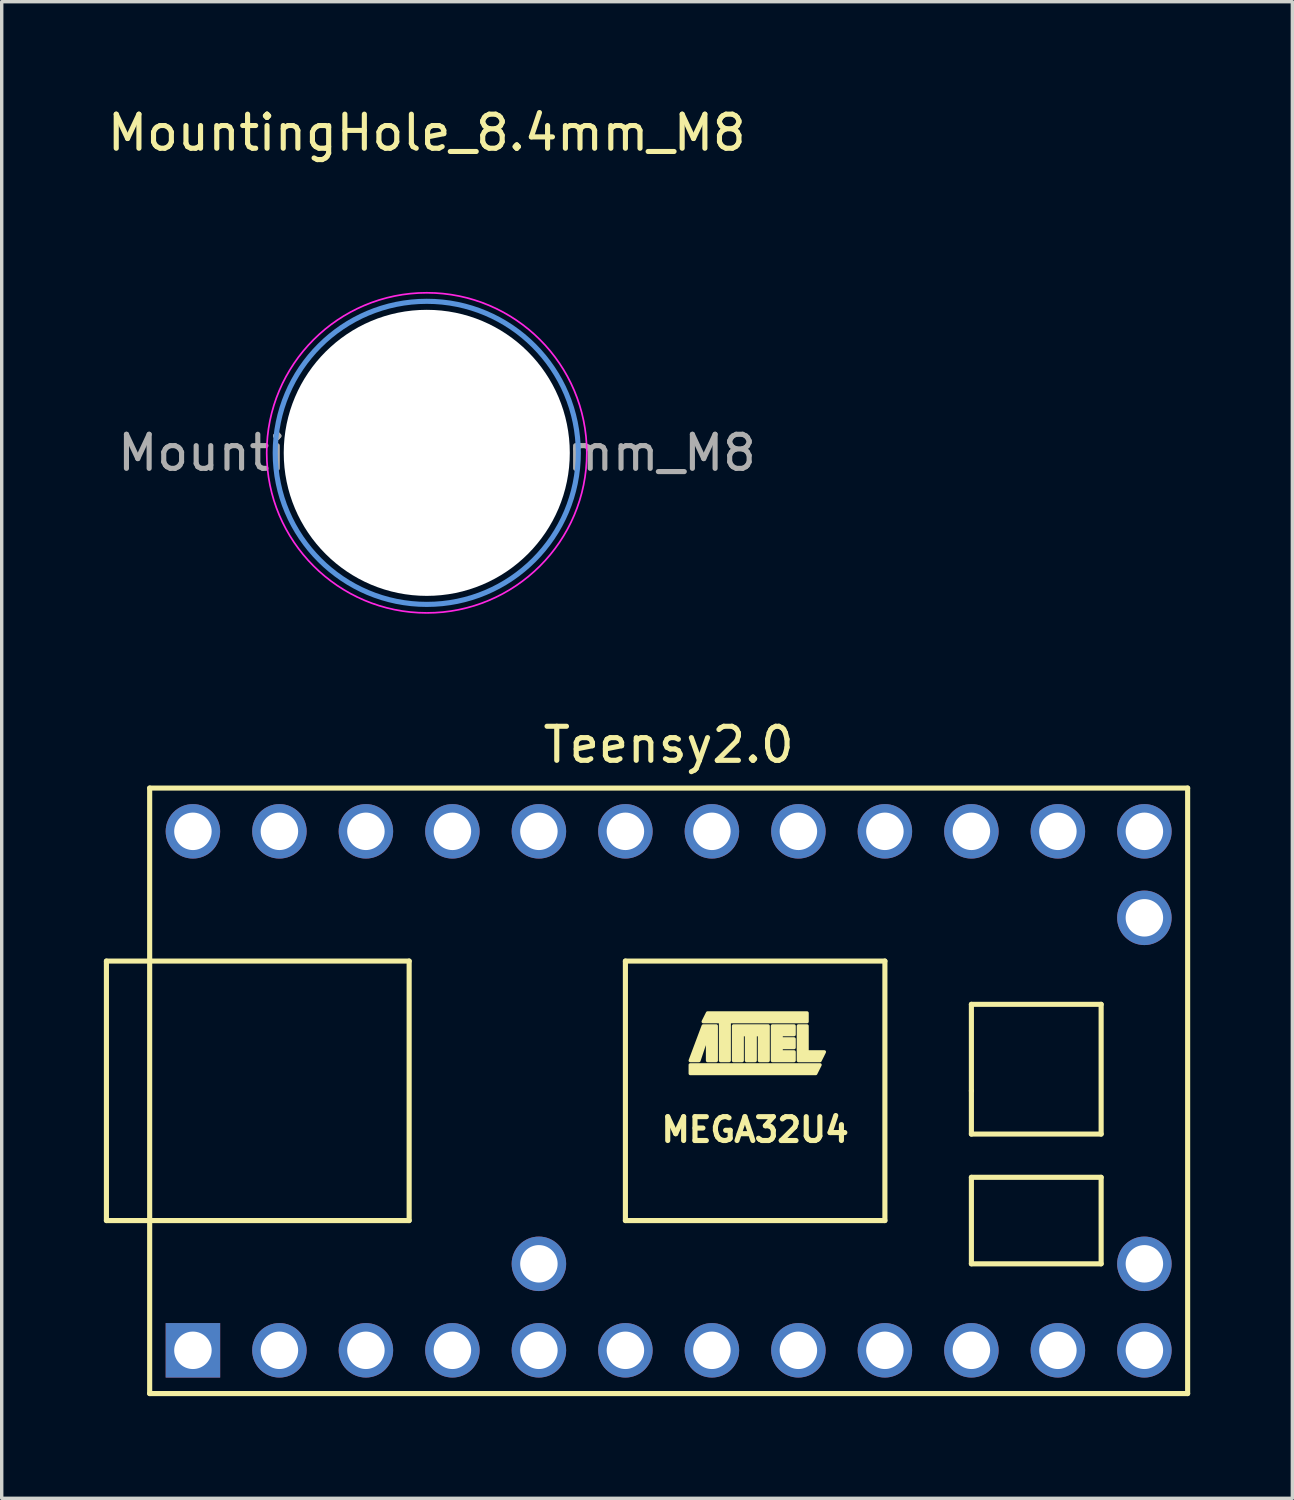
<source format=kicad_pcb>
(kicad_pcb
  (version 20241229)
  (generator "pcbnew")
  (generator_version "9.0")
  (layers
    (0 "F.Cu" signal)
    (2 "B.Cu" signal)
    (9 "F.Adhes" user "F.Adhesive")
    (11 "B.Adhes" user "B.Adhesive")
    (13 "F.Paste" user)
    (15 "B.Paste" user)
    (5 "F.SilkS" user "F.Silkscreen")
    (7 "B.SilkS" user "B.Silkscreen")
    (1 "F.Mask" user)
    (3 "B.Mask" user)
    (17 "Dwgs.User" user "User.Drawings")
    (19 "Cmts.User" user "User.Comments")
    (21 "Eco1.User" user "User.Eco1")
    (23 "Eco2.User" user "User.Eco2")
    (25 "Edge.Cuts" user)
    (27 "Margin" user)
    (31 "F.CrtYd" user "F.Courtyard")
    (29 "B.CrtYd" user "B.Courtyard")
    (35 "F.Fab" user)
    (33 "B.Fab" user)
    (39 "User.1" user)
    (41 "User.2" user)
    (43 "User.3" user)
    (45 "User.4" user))
  (footprint "Teensy2.0"
    (layer "F.Cu")
    (at 16.585 28.982)
    (property "Reference" "Teensy2.0" (at 0 -10.16 0) (layer "F.SilkS") (effects (font (size 1 1) (thickness 0.15))))
    (attr through_hole)
    (fp_line (start -16.51 -3.81) (end -7.62 -3.81) (stroke (width 0.15) (type solid)) (layer "F.SilkS"))
    (fp_line (start -16.51 3.81) (end -16.51 -3.81) (stroke (width 0.15) (type solid)) (layer "F.SilkS"))
    (fp_line (start -15.24 -8.89) (end 15.24 -8.89) (stroke (width 0.15) (type solid)) (layer "F.SilkS"))
    (fp_line (start -15.24 8.89) (end -15.24 -8.89) (stroke (width 0.15) (type solid)) (layer "F.SilkS"))
    (fp_line (start -7.62 -3.81) (end -7.62 3.81) (stroke (width 0.15) (type solid)) (layer "F.SilkS"))
    (fp_line (start -7.62 3.81) (end -16.51 3.81) (stroke (width 0.15) (type solid)) (layer "F.SilkS"))
    (fp_line (start -1.27 -3.81) (end -1.27 3.81) (stroke (width 0.15) (type solid)) (layer "F.SilkS"))
    (fp_line (start -1.27 3.81) (end 6.35 3.81) (stroke (width 0.15) (type solid)) (layer "F.SilkS"))
    (fp_line (start 6.35 -3.81) (end -1.27 -3.81) (stroke (width 0.15) (type solid)) (layer "F.SilkS"))
    (fp_line (start 6.35 3.81) (end 6.35 -3.81) (stroke (width 0.15) (type solid)) (layer "F.SilkS"))
    (fp_line (start 8.89 -2.54) (end 8.89 0) (stroke (width 0.15) (type solid)) (layer "F.SilkS"))
    (fp_line (start 8.89 0) (end 8.89 1.27) (stroke (width 0.15) (type solid)) (layer "F.SilkS"))
    (fp_line (start 8.89 1.27) (end 12.7 1.27) (stroke (width 0.15) (type solid)) (layer "F.SilkS"))
    (fp_line (start 8.89 2.54) (end 8.89 5.08) (stroke (width 0.15) (type solid)) (layer "F.SilkS"))
    (fp_line (start 8.89 5.08) (end 12.7 5.08) (stroke (width 0.15) (type solid)) (layer "F.SilkS"))
    (fp_line (start 12.7 -2.54) (end 8.89 -2.54) (stroke (width 0.15) (type solid)) (layer "F.SilkS"))
    (fp_line (start 12.7 1.27) (end 12.7 -2.54) (stroke (width 0.15) (type solid)) (layer "F.SilkS"))
    (fp_line (start 12.7 2.54) (end 8.89 2.54) (stroke (width 0.15) (type solid)) (layer "F.SilkS"))
    (fp_line (start 12.7 5.08) (end 12.7 2.54) (stroke (width 0.15) (type solid)) (layer "F.SilkS"))
    (fp_line (start 15.24 -8.89) (end 15.24 8.89) (stroke (width 0.15) (type solid)) (layer "F.SilkS"))
    (fp_line (start 15.24 8.89) (end -15.24 8.89) (stroke (width 0.15) (type solid)) (layer "F.SilkS"))
    (fp_poly (pts (xy 0.635 -0.762) (xy 4.445 -0.762) (xy 4.318 -0.508) (xy 0.635 -0.508)) (stroke (width 0.1) (type solid)) (fill yes) (layer "F.SilkS"))
    (fp_poly (pts (xy 3.81 -1.905) (xy 3.81 -0.889) (xy 4.445 -0.889) (xy 4.572 -1.143) (xy 4.064 -1.143) (xy 4.064 -1.905)) (stroke (width 0.1) (type solid)) (fill yes) (layer "F.SilkS"))
    (fp_poly (pts (xy 1.397 -0.889) (xy 1.397 -1.905) (xy 1.016 -1.905) (xy 0.635 -0.889) (xy 0.889 -0.889) (xy 1.143 -1.651) (xy 1.143 -0.889)) (stroke (width 0.1) (type solid)) (fill yes) (layer "F.SilkS"))
    (fp_poly (pts (xy 4.064 -2.032) (xy 1.778 -2.032) (xy 1.778 -0.889) (xy 1.524 -0.889) (xy 1.524 -2.032) (xy 1.016 -2.032) (xy 1.143 -2.286) (xy 4.064 -2.286)) (stroke (width 0.1) (type solid)) (fill yes) (layer "F.SilkS"))
    (fp_poly (pts (xy 2.921 -0.889) (xy 2.921 -1.905) (xy 1.905 -1.905) (xy 1.905 -0.889) (xy 2.159 -0.889) (xy 2.159 -1.651) (xy 2.286 -1.651) (xy 2.286 -0.889) (xy 2.54 -0.889) (xy 2.54 -1.651) (xy 2.667 -1.651) (xy 2.667 -0.889)) (stroke (width 0.1) (type solid)) (fill yes) (layer "F.SilkS"))
    (fp_poly (pts (xy 3.048 -1.905) (xy 3.683 -1.905) (xy 3.683 -1.651) (xy 3.302 -1.651) (xy 3.302 -1.524) (xy 3.683 -1.524) (xy 3.683 -1.27) (xy 3.302 -1.27) (xy 3.302 -1.143) (xy 3.683 -1.143) (xy 3.683 -0.889) (xy 3.048 -0.889)) (stroke (width 0.1) (type solid)) (fill yes) (layer "F.SilkS"))
    (fp_text user "MEGA32U4" (at 2.54 1.143 0) (layer "F.SilkS") (effects (font (size 0.7 0.7) (thickness 0.15))))
    (pad "1" thru_hole rect (at -13.97 7.62) (size 1.6 1.6) (drill 1.1) (layers "*.Cu" "*.Mask"))
    (pad "2" thru_hole circle (at -11.43 7.62) (size 1.6 1.6) (drill 1.1) (layers "*.Cu" "*.Mask"))
    (pad "3" thru_hole circle (at -8.89 7.62) (size 1.6 1.6) (drill 1.1) (layers "*.Cu" "*.Mask"))
    (pad "4" thru_hole circle (at -6.35 7.62) (size 1.6 1.6) (drill 1.1) (layers "*.Cu" "*.Mask"))
    (pad "5" thru_hole circle (at -3.81 7.62) (size 1.6 1.6) (drill 1.1) (layers "*.Cu" "*.Mask"))
    (pad "6" thru_hole circle (at -1.27 7.62) (size 1.6 1.6) (drill 1.1) (layers "*.Cu" "*.Mask"))
    (pad "7" thru_hole circle (at 1.27 7.62) (size 1.6 1.6) (drill 1.1) (layers "*.Cu" "*.Mask"))
    (pad "8" thru_hole circle (at 3.81 7.62) (size 1.6 1.6) (drill 1.1) (layers "*.Cu" "*.Mask"))
    (pad "9" thru_hole circle (at 6.35 7.62) (size 1.6 1.6) (drill 1.1) (layers "*.Cu" "*.Mask"))
    (pad "10" thru_hole circle (at 8.89 7.62) (size 1.6 1.6) (drill 1.1) (layers "*.Cu" "*.Mask"))
    (pad "11" thru_hole circle (at 11.43 7.62) (size 1.6 1.6) (drill 1.1) (layers "*.Cu" "*.Mask"))
    (pad "12" thru_hole circle (at 13.97 7.62) (size 1.6 1.6) (drill 1.1) (layers "*.Cu" "*.Mask"))
    (pad "13" thru_hole circle (at 13.97 5.08) (size 1.6 1.6) (drill 1.1) (layers "*.Cu" "*.Mask"))
    (pad "17" thru_hole circle (at 13.97 -5.08) (size 1.6 1.6) (drill 1.1) (layers "*.Cu" "*.Mask"))
    (pad "18" thru_hole circle (at 13.97 -7.62) (size 1.6 1.6) (drill 1.1) (layers "*.Cu" "*.Mask"))
    (pad "19" thru_hole circle (at 11.43 -7.62) (size 1.6 1.6) (drill 1.1) (layers "*.Cu" "*.Mask"))
    (pad "20" thru_hole circle (at 8.89 -7.62) (size 1.6 1.6) (drill 1.1) (layers "*.Cu" "*.Mask"))
    (pad "21" thru_hole circle (at 6.35 -7.62) (size 1.6 1.6) (drill 1.1) (layers "*.Cu" "*.Mask"))
    (pad "22" thru_hole circle (at 3.81 -7.62) (size 1.6 1.6) (drill 1.1) (layers "*.Cu" "*.Mask"))
    (pad "23" thru_hole circle (at 1.27 -7.62) (size 1.6 1.6) (drill 1.1) (layers "*.Cu" "*.Mask"))
    (pad "24" thru_hole circle (at -1.27 -7.62) (size 1.6 1.6) (drill 1.1) (layers "*.Cu" "*.Mask"))
    (pad "25" thru_hole circle (at -3.81 -7.62) (size 1.6 1.6) (drill 1.1) (layers "*.Cu" "*.Mask"))
    (pad "26" thru_hole circle (at -6.35 -7.62) (size 1.6 1.6) (drill 1.1) (layers "*.Cu" "*.Mask"))
    (pad "27" thru_hole circle (at -8.89 -7.62) (size 1.6 1.6) (drill 1.1) (layers "*.Cu" "*.Mask"))
    (pad "28" thru_hole circle (at -11.43 -7.62) (size 1.6 1.6) (drill 1.1) (layers "*.Cu" "*.Mask"))
    (pad "29" thru_hole circle (at -13.97 -7.62) (size 1.6 1.6) (drill 1.1) (layers "*.Cu" "*.Mask"))
    (pad "30" thru_hole circle (at -3.81 5.08) (size 1.6 1.6) (drill 1.1) (layers "*.Cu" "*.Mask")))
  (footprint "MountingHole_8.4mm_M8"
    (layer "F.Cu")
    (at 9.482 10.248)
    (property "Reference" "MountingHole_8.4mm_M8" (at 0 -9.4 0) (layer "F.SilkS") (effects (font (size 1 1) (thickness 0.15))))
    (attr exclude_from_pos_files exclude_from_bom)
    (fp_circle (center 0 0) (end 4.45 0) (stroke (width 0.15) (type solid)) (fill no) (layer "Cmts.User"))
    (fp_circle (center 0 0) (end 4.7 0) (stroke (width 0.05) (type solid)) (fill no) (layer "F.CrtYd"))
    (fp_text user "${REFERENCE}" (at 0.3 0 0) (layer "F.Fab") (effects (font (size 1 1) (thickness 0.15))))
    (pad "" np_thru_hole circle (at 0 0) (size 8.4 8.4) (drill 8.4) (layers "*.Cu" "*.Mask")))
  (gr_rect
    (start -3 -3)
    (end 34.9 40.947)
    (stroke (width 0.1) (type default))
    (fill no)
    (layer "Edge.Cuts")))
</source>
